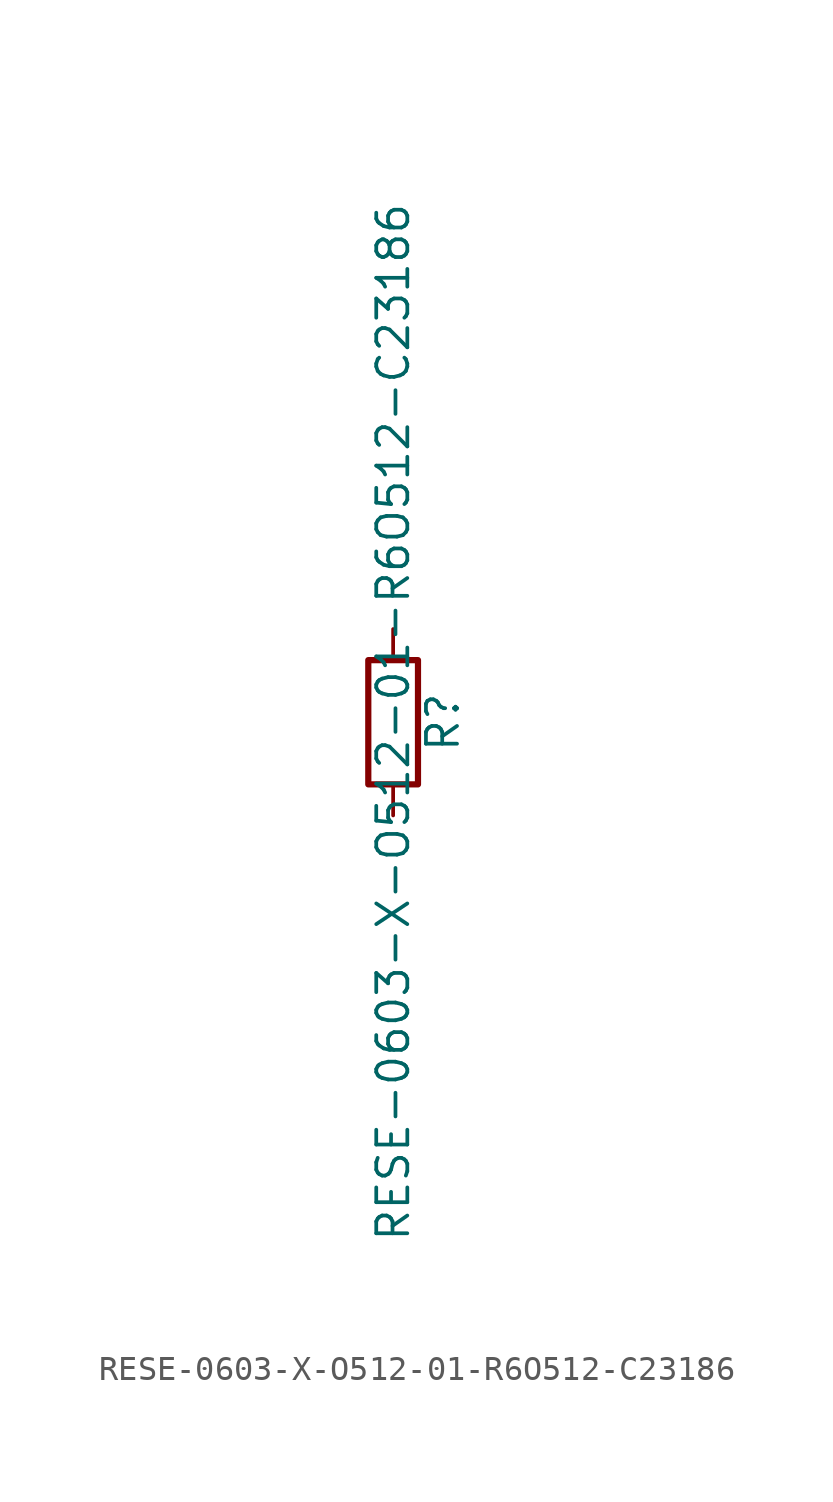
<source format=kicad_sym>
(kicad_symbol_lib
  (version 20211014)
  (generator kicad_symbol_editor)
  (symbol "RESE-0603-X-O512-01-R6O512-C23186"
    (pin_numbers hide)
    (pin_names
      (offset 0))
    (property "Reference" "R"
      (at 2.032 0 90)
      (effects (font (size 1.27 1.27))))
    (property "Value" "RESE-0603-X-O512-01-R6O512-C23186"
      (at 0 0 90)
      (effects (font (size 1.27 1.27))))
    (symbol "RESE-0603-X-O512-01-R6O512-C23186_0_1"
      (rectangle (start -1.016 -2.54) (end 1.016 2.54) (stroke (width 0.254) (type default) (color 0 0 0 0)) (fill (type none))))
    (symbol "RESE-0603-X-O512-01-R6O512-C23186_1_1"
      (pin passive line (at 0 3.81 270) (length 1.27) (name "~" (effects (font (size 1.27 1.27)))) (number "1" (effects (font (size 1.27 1.27)))))
      (pin passive line (at 0 -3.81 90) (length 1.27) (name "~" (effects (font (size 1.27 1.27)))) (number "2" (effects (font (size 1.27 1.27))))))))
</source>
